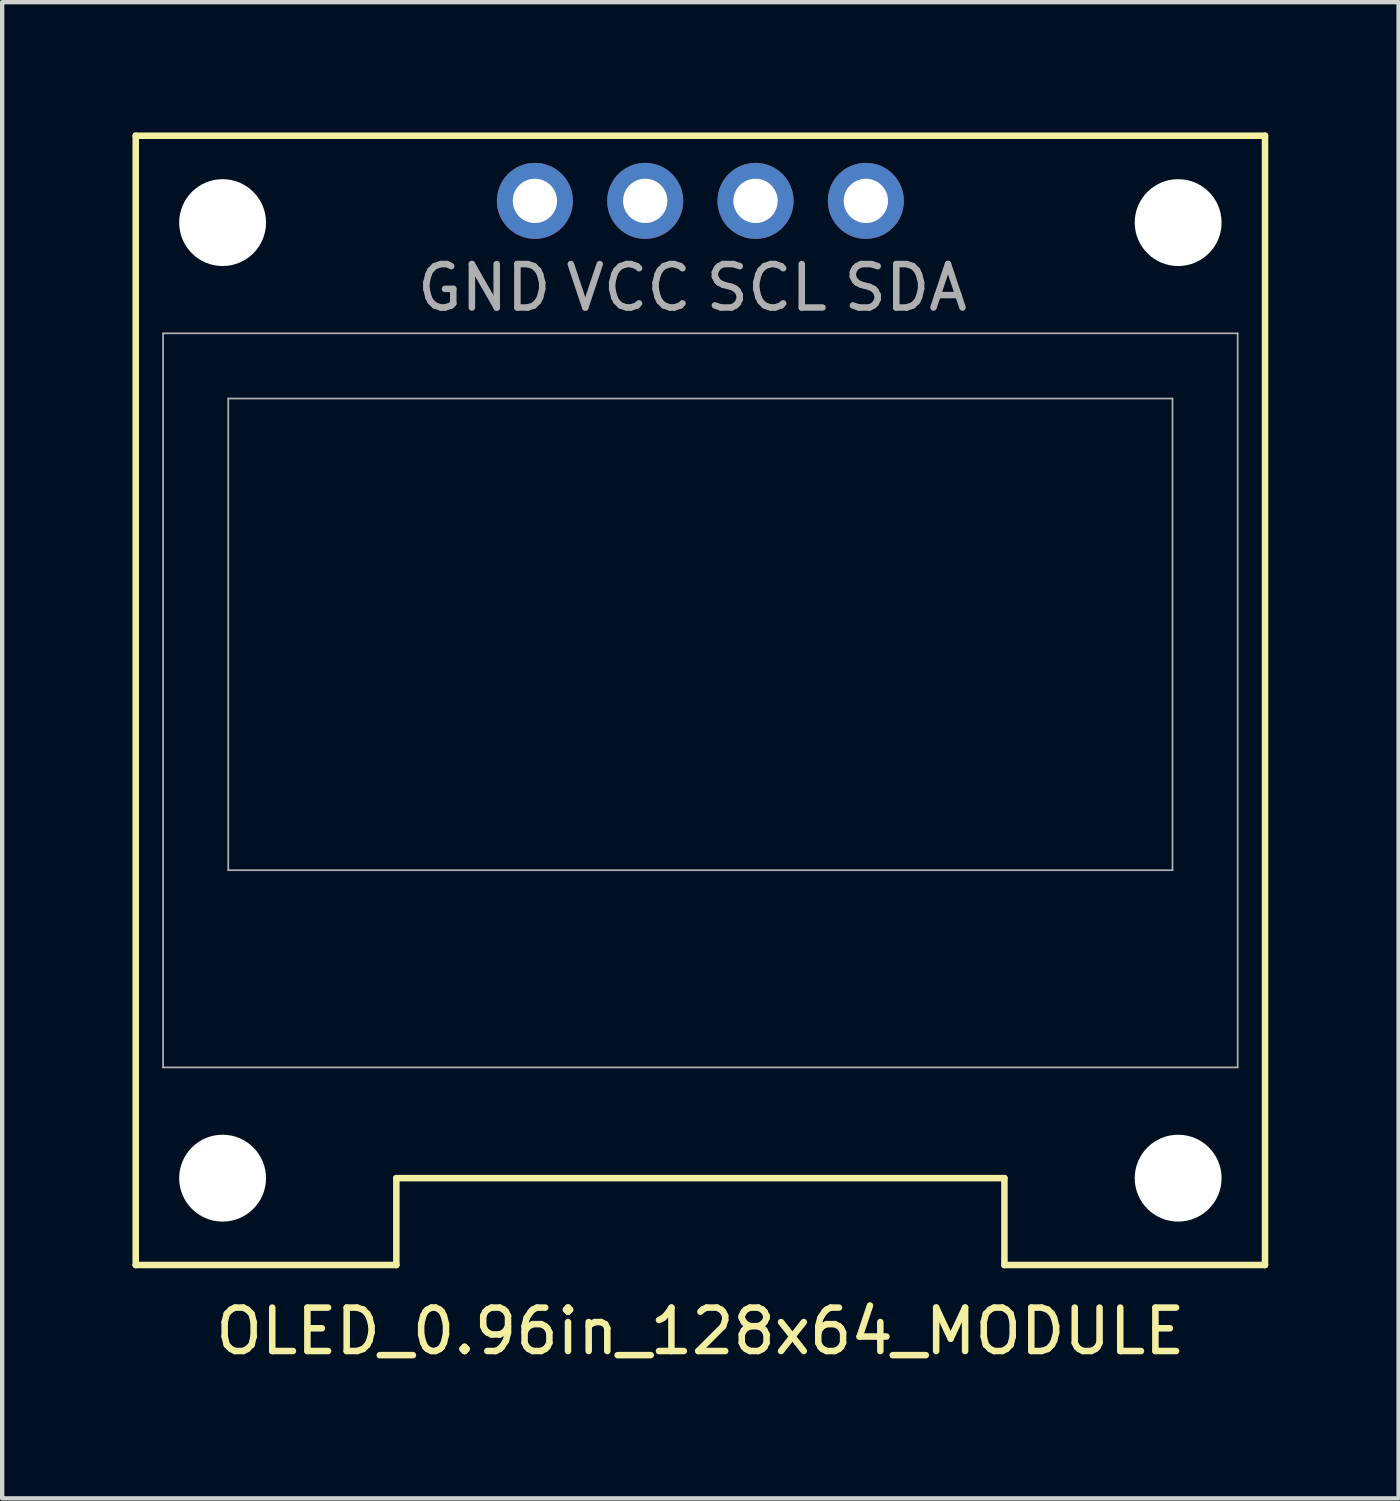
<source format=kicad_pcb>
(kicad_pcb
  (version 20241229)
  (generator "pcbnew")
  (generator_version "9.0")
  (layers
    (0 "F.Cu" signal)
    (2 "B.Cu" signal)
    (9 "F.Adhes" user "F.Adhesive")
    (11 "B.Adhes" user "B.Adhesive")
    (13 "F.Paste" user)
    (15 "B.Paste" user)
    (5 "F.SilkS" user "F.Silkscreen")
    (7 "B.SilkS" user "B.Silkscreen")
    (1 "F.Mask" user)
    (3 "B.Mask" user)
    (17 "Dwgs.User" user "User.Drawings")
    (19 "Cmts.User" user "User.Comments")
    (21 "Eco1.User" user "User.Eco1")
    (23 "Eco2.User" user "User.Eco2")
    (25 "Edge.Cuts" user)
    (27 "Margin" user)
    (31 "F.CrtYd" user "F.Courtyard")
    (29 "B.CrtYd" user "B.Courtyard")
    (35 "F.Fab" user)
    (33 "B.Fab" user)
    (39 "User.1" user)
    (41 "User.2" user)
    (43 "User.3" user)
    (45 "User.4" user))
  (footprint "OLED_0.96in_128x64_MODULE"
    (layer "F.Cu")
    (at 13.075 13.075)
    (property "Reference" "OLED_0.96in_128x64_MODULE" (at 0 14.525 0) (layer "F.SilkS") (effects (font (size 1 1) (thickness 0.15))))
    (attr through_hole)
    (fp_line (start -13 -13) (end -13 13) (stroke (width 0.15) (type solid)) (layer "F.SilkS"))
    (fp_line (start -13 13) (end -7 13) (stroke (width 0.15) (type solid)) (layer "F.SilkS"))
    (fp_line (start -7 11) (end 7 11) (stroke (width 0.15) (type solid)) (layer "F.SilkS"))
    (fp_line (start -7 13) (end -7 11) (stroke (width 0.15) (type solid)) (layer "F.SilkS"))
    (fp_line (start 7 11) (end 7 13) (stroke (width 0.15) (type solid)) (layer "F.SilkS"))
    (fp_line (start 7 13) (end 13 13) (stroke (width 0.15) (type solid)) (layer "F.SilkS"))
    (fp_line (start 13 -13) (end -13 -13) (stroke (width 0.15) (type solid)) (layer "F.SilkS"))
    (fp_line (start 13 -13) (end 13 13) (stroke (width 0.15) (type solid)) (layer "F.SilkS"))
    (fp_line (start -12.37 -8.45) (end 12.37 -8.45) (stroke (width 0.04) (type solid)) (layer "F.Fab"))
    (fp_line (start -12.37 8.45) (end -12.37 -8.45) (stroke (width 0.04) (type solid)) (layer "F.Fab"))
    (fp_line (start -10.87 -6.95) (end 10.87 -6.95) (stroke (width 0.04) (type solid)) (layer "F.Fab"))
    (fp_line (start -10.87 3.91) (end -10.87 -6.95) (stroke (width 0.04) (type solid)) (layer "F.Fab"))
    (fp_line (start 10.87 -6.95) (end 10.87 3.91) (stroke (width 0.04) (type solid)) (layer "F.Fab"))
    (fp_line (start 10.87 3.91) (end -10.87 3.91) (stroke (width 0.04) (type solid)) (layer "F.Fab"))
    (fp_line (start 12.37 -8.45) (end 12.37 8.45) (stroke (width 0.04) (type solid)) (layer "F.Fab"))
    (fp_line (start 12.37 8.45) (end -12.37 8.45) (stroke (width 0.04) (type solid)) (layer "F.Fab"))
    (fp_text user "VCC" (at -1.65 -9.5 0) (layer "F.Fab") (effects (font (size 1 1) (thickness 0.15))))
    (fp_text user "SCL" (at 1.525 -9.5 0) (layer "F.Fab") (effects (font (size 1 1) (thickness 0.15))))
    (fp_text user "GND" (at -4.975 -9.5 0) (layer "F.Fab") (effects (font (size 1 1) (thickness 0.15))))
    (fp_text user "SDA" (at 4.725 -9.5 0) (layer "F.Fab") (effects (font (size 1 1) (thickness 0.15))))
    (pad "" np_thru_hole circle (at -11 -11) (size 2 2) (drill 2) (layers "*.Cu" "*.Mask"))
    (pad "" np_thru_hole circle (at -11 11) (size 2 2) (drill 2) (layers "*.Cu" "*.Mask"))
    (pad "" np_thru_hole circle (at 11 -11) (size 2 2) (drill 2) (layers "*.Cu" "*.Mask"))
    (pad "" np_thru_hole circle (at 11 11) (size 2 2) (drill 2) (layers "*.Cu" "*.Mask"))
    (pad "GND" thru_hole circle (at -3.81 -11.5) (size 1.75 1.75) (drill 1.02) (layers "*.Cu" "*.Mask"))
    (pad "SCL" thru_hole circle (at 1.27 -11.5) (size 1.75 1.75) (drill 1.02) (layers "*.Cu" "*.Mask"))
    (pad "SDA" thru_hole circle (at 3.81 -11.5) (size 1.75 1.75) (drill 1.02) (layers "*.Cu" "*.Mask"))
    (pad "VCC" thru_hole circle (at -1.27 -11.5) (size 1.75 1.75) (drill 1.02) (layers "*.Cu" "*.Mask")))
  (gr_rect
    (start -3 -3)
    (end 29.15 31.448)
    (stroke (width 0.1) (type default))
    (fill no)
    (layer "Edge.Cuts")))
</source>
